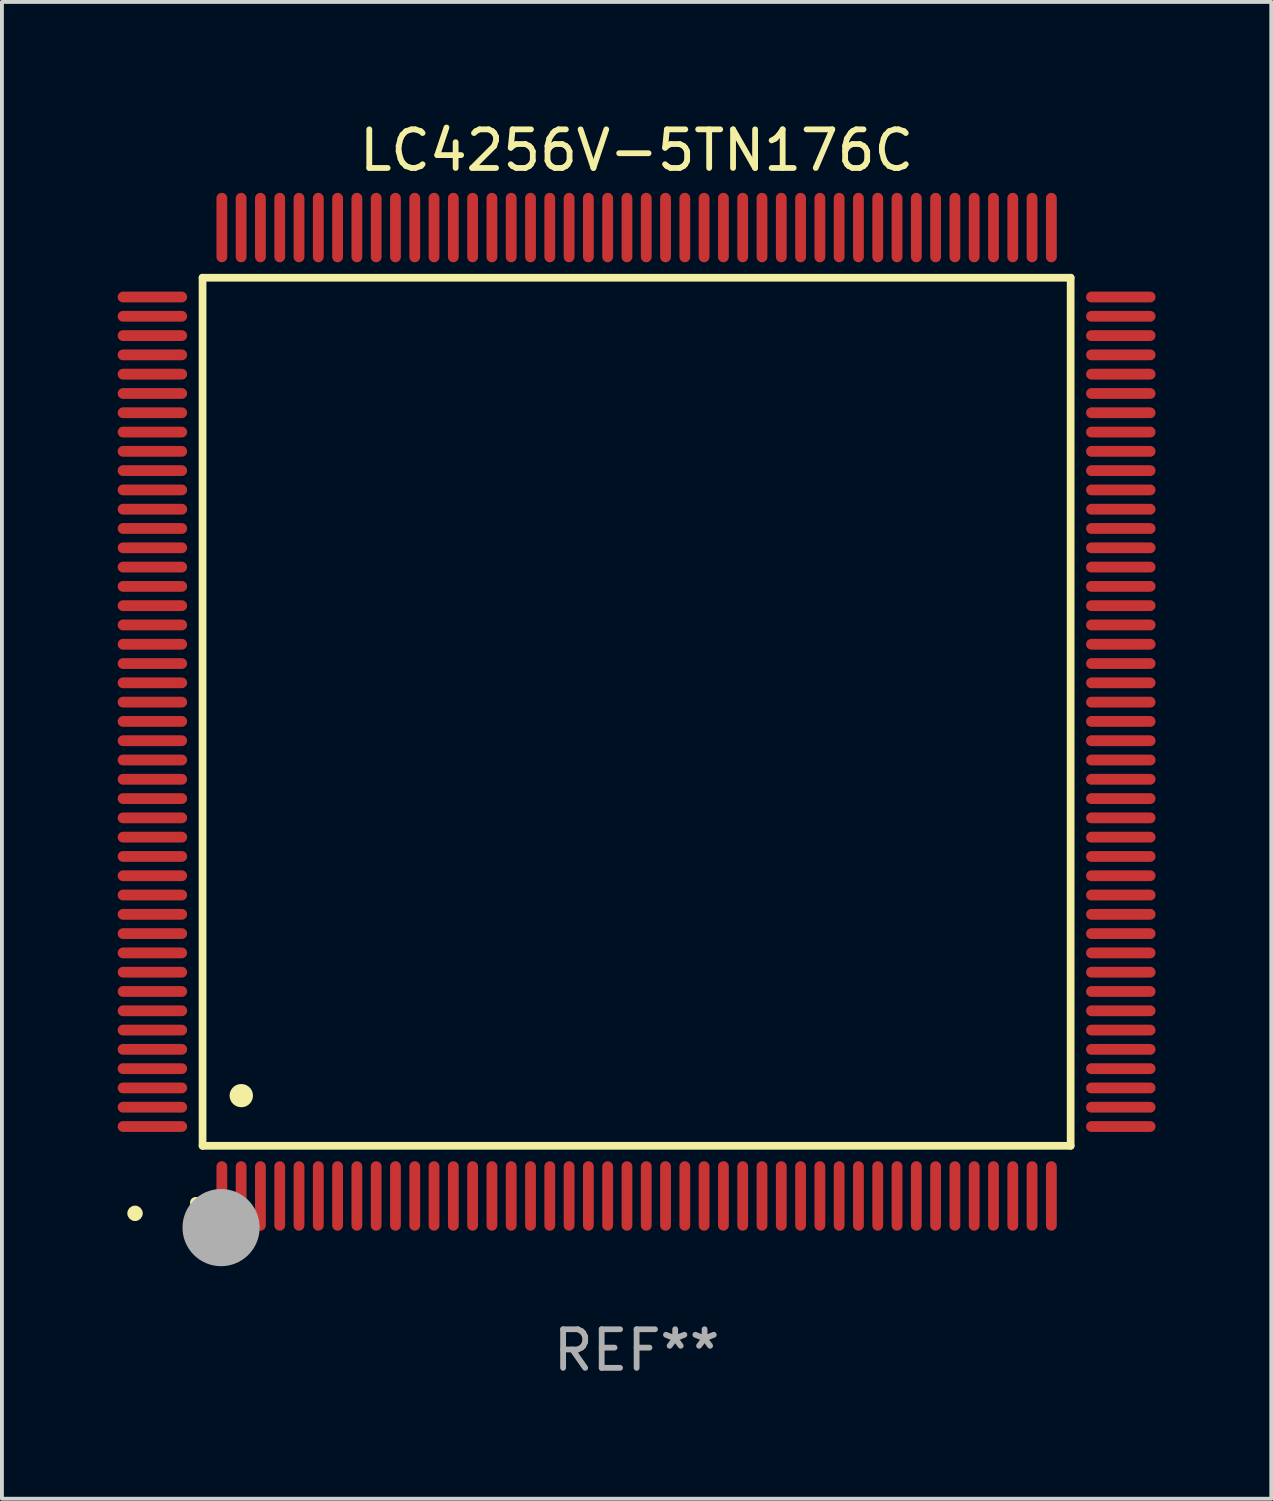
<source format=kicad_pcb>
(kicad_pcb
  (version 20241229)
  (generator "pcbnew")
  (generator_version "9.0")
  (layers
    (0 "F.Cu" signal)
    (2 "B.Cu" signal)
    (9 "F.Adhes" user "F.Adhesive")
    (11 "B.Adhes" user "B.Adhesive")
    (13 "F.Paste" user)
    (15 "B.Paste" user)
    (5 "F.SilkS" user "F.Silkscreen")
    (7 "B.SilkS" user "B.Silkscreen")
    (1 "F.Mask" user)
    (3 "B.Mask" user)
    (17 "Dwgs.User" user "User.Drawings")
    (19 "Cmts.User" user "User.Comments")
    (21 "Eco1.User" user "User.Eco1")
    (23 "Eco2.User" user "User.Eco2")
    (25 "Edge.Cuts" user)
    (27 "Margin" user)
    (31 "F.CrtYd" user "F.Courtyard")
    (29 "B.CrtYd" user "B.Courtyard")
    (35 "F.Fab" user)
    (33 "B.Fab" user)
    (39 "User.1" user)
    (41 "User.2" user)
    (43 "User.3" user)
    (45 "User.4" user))
  (footprint "LC4256V-5TN176C"
    (layer "F.Cu")
    (at 13.45 15.398)
    (property "Reference" "LC4256V-5TN176C" (at 0 -14.55 0) (layer "F.SilkS") (effects (font (size 1 1) (thickness 0.15))))
    (attr through_hole)
    (fp_line (start -11.25 -11.25) (end 11.25 -11.25) (stroke (width 0.2) (type solid)) (layer "F.SilkS"))
    (fp_line (start -11.25 11.25) (end -11.25 -11.25) (stroke (width 0.2) (type solid)) (layer "F.SilkS"))
    (fp_line (start 11.25 -11.25) (end 11.25 11.25) (stroke (width 0.2) (type solid)) (layer "F.SilkS"))
    (fp_line (start 11.25 11.25) (end -11.25 11.25) (stroke (width 0.2) (type solid)) (layer "F.SilkS"))
    (fp_arc (start -11.424943 12.725425) (mid -11.423673 12.72542) (end -11.422403 12.725425) (stroke (width 0.3) (type solid)) (layer "F.SilkS"))
    (fp_arc (start -10.24892 9.9492) (mid -10.24638 9.949189) (end -10.24384 9.9492) (stroke (width 0.6) (type solid)) (layer "F.SilkS"))
    (fp_circle (center -13 13) (end -12.9 13) (stroke (width 0.2) (type solid)) (fill no) (layer "F.SilkS"))
    (fp_circle (center -10.77 13.37) (end -10.27 13.37) (stroke (width 1) (type solid)) (fill no) (layer "F.Fab"))
    (fp_text user "REF**" (at 0 16.55 0) (layer "F.Fab") (effects (font (size 1 1) (thickness 0.15))))
    (pad "1" smd oval (at -10.75 12.55) (size 0.28 1.8) (layers "F.Cu" "F.Mask" "F.Paste"))
    (pad "2" smd oval (at -10.25 12.55) (size 0.28 1.8) (layers "F.Cu" "F.Mask" "F.Paste"))
    (pad "3" smd oval (at -9.75 12.55) (size 0.28 1.8) (layers "F.Cu" "F.Mask" "F.Paste"))
    (pad "4" smd oval (at -9.25 12.55) (size 0.28 1.8) (layers "F.Cu" "F.Mask" "F.Paste"))
    (pad "5" smd oval (at -8.75 12.55) (size 0.28 1.8) (layers "F.Cu" "F.Mask" "F.Paste"))
    (pad "6" smd oval (at -8.25 12.55) (size 0.28 1.8) (layers "F.Cu" "F.Mask" "F.Paste"))
    (pad "7" smd oval (at -7.75 12.55) (size 0.28 1.8) (layers "F.Cu" "F.Mask" "F.Paste"))
    (pad "8" smd oval (at -7.25 12.55) (size 0.28 1.8) (layers "F.Cu" "F.Mask" "F.Paste"))
    (pad "9" smd oval (at -6.75 12.55) (size 0.28 1.8) (layers "F.Cu" "F.Mask" "F.Paste"))
    (pad "10" smd oval (at -6.25 12.55) (size 0.28 1.8) (layers "F.Cu" "F.Mask" "F.Paste"))
    (pad "11" smd oval (at -5.75 12.55) (size 0.28 1.8) (layers "F.Cu" "F.Mask" "F.Paste"))
    (pad "12" smd oval (at -5.25 12.55) (size 0.28 1.8) (layers "F.Cu" "F.Mask" "F.Paste"))
    (pad "13" smd oval (at -4.75 12.55) (size 0.28 1.8) (layers "F.Cu" "F.Mask" "F.Paste"))
    (pad "14" smd oval (at -4.25 12.55) (size 0.28 1.8) (layers "F.Cu" "F.Mask" "F.Paste"))
    (pad "15" smd oval (at -3.75 12.55) (size 0.28 1.8) (layers "F.Cu" "F.Mask" "F.Paste"))
    (pad "16" smd oval (at -3.25 12.55) (size 0.28 1.8) (layers "F.Cu" "F.Mask" "F.Paste"))
    (pad "17" smd oval (at -2.75 12.55) (size 0.28 1.8) (layers "F.Cu" "F.Mask" "F.Paste"))
    (pad "18" smd oval (at -2.25 12.55) (size 0.28 1.8) (layers "F.Cu" "F.Mask" "F.Paste"))
    (pad "19" smd oval (at -1.75 12.55) (size 0.28 1.8) (layers "F.Cu" "F.Mask" "F.Paste"))
    (pad "20" smd oval (at -1.25 12.55) (size 0.28 1.8) (layers "F.Cu" "F.Mask" "F.Paste"))
    (pad "21" smd oval (at -0.75 12.55) (size 0.28 1.8) (layers "F.Cu" "F.Mask" "F.Paste"))
    (pad "22" smd oval (at -0.25 12.55) (size 0.28 1.8) (layers "F.Cu" "F.Mask" "F.Paste"))
    (pad "23" smd oval (at 0.25 12.55) (size 0.28 1.8) (layers "F.Cu" "F.Mask" "F.Paste"))
    (pad "24" smd oval (at 0.75 12.55) (size 0.28 1.8) (layers "F.Cu" "F.Mask" "F.Paste"))
    (pad "25" smd oval (at 1.25 12.55) (size 0.28 1.8) (layers "F.Cu" "F.Mask" "F.Paste"))
    (pad "26" smd oval (at 1.75 12.55) (size 0.28 1.8) (layers "F.Cu" "F.Mask" "F.Paste"))
    (pad "27" smd oval (at 2.25 12.55) (size 0.28 1.8) (layers "F.Cu" "F.Mask" "F.Paste"))
    (pad "28" smd oval (at 2.75 12.55) (size 0.28 1.8) (layers "F.Cu" "F.Mask" "F.Paste"))
    (pad "29" smd oval (at 3.25 12.55) (size 0.28 1.8) (layers "F.Cu" "F.Mask" "F.Paste"))
    (pad "30" smd oval (at 3.75 12.55) (size 0.28 1.8) (layers "F.Cu" "F.Mask" "F.Paste"))
    (pad "31" smd oval (at 4.25 12.55) (size 0.28 1.8) (layers "F.Cu" "F.Mask" "F.Paste"))
    (pad "32" smd oval (at 4.75 12.55) (size 0.28 1.8) (layers "F.Cu" "F.Mask" "F.Paste"))
    (pad "33" smd oval (at 5.25 12.55) (size 0.28 1.8) (layers "F.Cu" "F.Mask" "F.Paste"))
    (pad "34" smd oval (at 5.75 12.55) (size 0.28 1.8) (layers "F.Cu" "F.Mask" "F.Paste"))
    (pad "35" smd oval (at 6.25 12.55) (size 0.28 1.8) (layers "F.Cu" "F.Mask" "F.Paste"))
    (pad "36" smd oval (at 6.75 12.55) (size 0.28 1.8) (layers "F.Cu" "F.Mask" "F.Paste"))
    (pad "37" smd oval (at 7.25 12.55) (size 0.28 1.8) (layers "F.Cu" "F.Mask" "F.Paste"))
    (pad "38" smd oval (at 7.75 12.55) (size 0.28 1.8) (layers "F.Cu" "F.Mask" "F.Paste"))
    (pad "39" smd oval (at 8.25 12.55) (size 0.28 1.8) (layers "F.Cu" "F.Mask" "F.Paste"))
    (pad "40" smd oval (at 8.75 12.55) (size 0.28 1.8) (layers "F.Cu" "F.Mask" "F.Paste"))
    (pad "41" smd oval (at 9.25 12.55) (size 0.28 1.8) (layers "F.Cu" "F.Mask" "F.Paste"))
    (pad "42" smd oval (at 9.75 12.55) (size 0.28 1.8) (layers "F.Cu" "F.Mask" "F.Paste"))
    (pad "43" smd oval (at 10.25 12.55) (size 0.28 1.8) (layers "F.Cu" "F.Mask" "F.Paste"))
    (pad "44" smd oval (at 10.75 12.55) (size 0.28 1.8) (layers "F.Cu" "F.Mask" "F.Paste"))
    (pad "45" smd oval (at 12.55 10.75) (size 1.8 0.28) (layers "F.Cu" "F.Mask" "F.Paste"))
    (pad "46" smd oval (at 12.55 10.25) (size 1.8 0.28) (layers "F.Cu" "F.Mask" "F.Paste"))
    (pad "47" smd oval (at 12.55 9.75) (size 1.8 0.28) (layers "F.Cu" "F.Mask" "F.Paste"))
    (pad "48" smd oval (at 12.55 9.25) (size 1.8 0.28) (layers "F.Cu" "F.Mask" "F.Paste"))
    (pad "49" smd oval (at 12.55 8.75) (size 1.8 0.28) (layers "F.Cu" "F.Mask" "F.Paste"))
    (pad "50" smd oval (at 12.55 8.25) (size 1.8 0.28) (layers "F.Cu" "F.Mask" "F.Paste"))
    (pad "51" smd oval (at 12.55 7.75) (size 1.8 0.28) (layers "F.Cu" "F.Mask" "F.Paste"))
    (pad "52" smd oval (at 12.55 7.25) (size 1.8 0.28) (layers "F.Cu" "F.Mask" "F.Paste"))
    (pad "53" smd oval (at 12.55 6.75) (size 1.8 0.28) (layers "F.Cu" "F.Mask" "F.Paste"))
    (pad "54" smd oval (at 12.55 6.25) (size 1.8 0.28) (layers "F.Cu" "F.Mask" "F.Paste"))
    (pad "55" smd oval (at 12.55 5.75) (size 1.8 0.28) (layers "F.Cu" "F.Mask" "F.Paste"))
    (pad "56" smd oval (at 12.55 5.25) (size 1.8 0.28) (layers "F.Cu" "F.Mask" "F.Paste"))
    (pad "57" smd oval (at 12.55 4.75) (size 1.8 0.28) (layers "F.Cu" "F.Mask" "F.Paste"))
    (pad "58" smd oval (at 12.55 4.25) (size 1.8 0.28) (layers "F.Cu" "F.Mask" "F.Paste"))
    (pad "59" smd oval (at 12.55 3.75) (size 1.8 0.28) (layers "F.Cu" "F.Mask" "F.Paste"))
    (pad "60" smd oval (at 12.55 3.25) (size 1.8 0.28) (layers "F.Cu" "F.Mask" "F.Paste"))
    (pad "61" smd oval (at 12.55 2.75) (size 1.8 0.28) (layers "F.Cu" "F.Mask" "F.Paste"))
    (pad "62" smd oval (at 12.55 2.25) (size 1.8 0.28) (layers "F.Cu" "F.Mask" "F.Paste"))
    (pad "63" smd oval (at 12.55 1.75) (size 1.8 0.28) (layers "F.Cu" "F.Mask" "F.Paste"))
    (pad "64" smd oval (at 12.55 1.25) (size 1.8 0.28) (layers "F.Cu" "F.Mask" "F.Paste"))
    (pad "65" smd oval (at 12.55 0.75) (size 1.8 0.28) (layers "F.Cu" "F.Mask" "F.Paste"))
    (pad "66" smd oval (at 12.55 0.25) (size 1.8 0.28) (layers "F.Cu" "F.Mask" "F.Paste"))
    (pad "67" smd oval (at 12.55 -0.25) (size 1.8 0.28) (layers "F.Cu" "F.Mask" "F.Paste"))
    (pad "68" smd oval (at 12.55 -0.75) (size 1.8 0.28) (layers "F.Cu" "F.Mask" "F.Paste"))
    (pad "69" smd oval (at 12.55 -1.25) (size 1.8 0.28) (layers "F.Cu" "F.Mask" "F.Paste"))
    (pad "70" smd oval (at 12.55 -1.75) (size 1.8 0.28) (layers "F.Cu" "F.Mask" "F.Paste"))
    (pad "71" smd oval (at 12.55 -2.25) (size 1.8 0.28) (layers "F.Cu" "F.Mask" "F.Paste"))
    (pad "72" smd oval (at 12.55 -2.75) (size 1.8 0.28) (layers "F.Cu" "F.Mask" "F.Paste"))
    (pad "73" smd oval (at 12.55 -3.25) (size 1.8 0.28) (layers "F.Cu" "F.Mask" "F.Paste"))
    (pad "74" smd oval (at 12.55 -3.75) (size 1.8 0.28) (layers "F.Cu" "F.Mask" "F.Paste"))
    (pad "75" smd oval (at 12.55 -4.25) (size 1.8 0.28) (layers "F.Cu" "F.Mask" "F.Paste"))
    (pad "76" smd oval (at 12.55 -4.75) (size 1.8 0.28) (layers "F.Cu" "F.Mask" "F.Paste"))
    (pad "77" smd oval (at 12.55 -5.25) (size 1.8 0.28) (layers "F.Cu" "F.Mask" "F.Paste"))
    (pad "78" smd oval (at 12.55 -5.75) (size 1.8 0.28) (layers "F.Cu" "F.Mask" "F.Paste"))
    (pad "79" smd oval (at 12.55 -6.25) (size 1.8 0.28) (layers "F.Cu" "F.Mask" "F.Paste"))
    (pad "80" smd oval (at 12.55 -6.75) (size 1.8 0.28) (layers "F.Cu" "F.Mask" "F.Paste"))
    (pad "81" smd oval (at 12.55 -7.25) (size 1.8 0.28) (layers "F.Cu" "F.Mask" "F.Paste"))
    (pad "82" smd oval (at 12.55 -7.75) (size 1.8 0.28) (layers "F.Cu" "F.Mask" "F.Paste"))
    (pad "83" smd oval (at 12.55 -8.25) (size 1.8 0.28) (layers "F.Cu" "F.Mask" "F.Paste"))
    (pad "84" smd oval (at 12.55 -8.75) (size 1.8 0.28) (layers "F.Cu" "F.Mask" "F.Paste"))
    (pad "85" smd oval (at 12.55 -9.25) (size 1.8 0.28) (layers "F.Cu" "F.Mask" "F.Paste"))
    (pad "86" smd oval (at 12.55 -9.75) (size 1.8 0.28) (layers "F.Cu" "F.Mask" "F.Paste"))
    (pad "87" smd oval (at 12.55 -10.25) (size 1.8 0.28) (layers "F.Cu" "F.Mask" "F.Paste"))
    (pad "88" smd oval (at 12.55 -10.75) (size 1.8 0.28) (layers "F.Cu" "F.Mask" "F.Paste"))
    (pad "89" smd oval (at 10.75 -12.55) (size 0.28 1.8) (layers "F.Cu" "F.Mask" "F.Paste"))
    (pad "90" smd oval (at 10.25 -12.55) (size 0.28 1.8) (layers "F.Cu" "F.Mask" "F.Paste"))
    (pad "91" smd oval (at 9.75 -12.55) (size 0.28 1.8) (layers "F.Cu" "F.Mask" "F.Paste"))
    (pad "92" smd oval (at 9.25 -12.55) (size 0.28 1.8) (layers "F.Cu" "F.Mask" "F.Paste"))
    (pad "93" smd oval (at 8.75 -12.55) (size 0.28 1.8) (layers "F.Cu" "F.Mask" "F.Paste"))
    (pad "94" smd oval (at 8.25 -12.55) (size 0.28 1.8) (layers "F.Cu" "F.Mask" "F.Paste"))
    (pad "95" smd oval (at 7.75 -12.55) (size 0.28 1.8) (layers "F.Cu" "F.Mask" "F.Paste"))
    (pad "96" smd oval (at 7.25 -12.55) (size 0.28 1.8) (layers "F.Cu" "F.Mask" "F.Paste"))
    (pad "97" smd oval (at 6.75 -12.55) (size 0.28 1.8) (layers "F.Cu" "F.Mask" "F.Paste"))
    (pad "98" smd oval (at 6.25 -12.55) (size 0.28 1.8) (layers "F.Cu" "F.Mask" "F.Paste"))
    (pad "99" smd oval (at 5.75 -12.55) (size 0.28 1.8) (layers "F.Cu" "F.Mask" "F.Paste"))
    (pad "100" smd oval (at 5.25 -12.55) (size 0.28 1.8) (layers "F.Cu" "F.Mask" "F.Paste"))
    (pad "101" smd oval (at 4.75 -12.55) (size 0.28 1.8) (layers "F.Cu" "F.Mask" "F.Paste"))
    (pad "102" smd oval (at 4.25 -12.55) (size 0.28 1.8) (layers "F.Cu" "F.Mask" "F.Paste"))
    (pad "103" smd oval (at 3.75 -12.55) (size 0.28 1.8) (layers "F.Cu" "F.Mask" "F.Paste"))
    (pad "104" smd oval (at 3.25 -12.55) (size 0.28 1.8) (layers "F.Cu" "F.Mask" "F.Paste"))
    (pad "105" smd oval (at 2.75 -12.55) (size 0.28 1.8) (layers "F.Cu" "F.Mask" "F.Paste"))
    (pad "106" smd oval (at 2.25 -12.55) (size 0.28 1.8) (layers "F.Cu" "F.Mask" "F.Paste"))
    (pad "107" smd oval (at 1.75 -12.55) (size 0.28 1.8) (layers "F.Cu" "F.Mask" "F.Paste"))
    (pad "108" smd oval (at 1.25 -12.55) (size 0.28 1.8) (layers "F.Cu" "F.Mask" "F.Paste"))
    (pad "109" smd oval (at 0.75 -12.55) (size 0.28 1.8) (layers "F.Cu" "F.Mask" "F.Paste"))
    (pad "110" smd oval (at 0.25 -12.55) (size 0.28 1.8) (layers "F.Cu" "F.Mask" "F.Paste"))
    (pad "111" smd oval (at -0.25 -12.55) (size 0.28 1.8) (layers "F.Cu" "F.Mask" "F.Paste"))
    (pad "112" smd oval (at -0.75 -12.55) (size 0.28 1.8) (layers "F.Cu" "F.Mask" "F.Paste"))
    (pad "113" smd oval (at -1.25 -12.55) (size 0.28 1.8) (layers "F.Cu" "F.Mask" "F.Paste"))
    (pad "114" smd oval (at -1.75 -12.55) (size 0.28 1.8) (layers "F.Cu" "F.Mask" "F.Paste"))
    (pad "115" smd oval (at -2.25 -12.55) (size 0.28 1.8) (layers "F.Cu" "F.Mask" "F.Paste"))
    (pad "116" smd oval (at -2.75 -12.55) (size 0.28 1.8) (layers "F.Cu" "F.Mask" "F.Paste"))
    (pad "117" smd oval (at -3.25 -12.55) (size 0.28 1.8) (layers "F.Cu" "F.Mask" "F.Paste"))
    (pad "118" smd oval (at -3.75 -12.55) (size 0.28 1.8) (layers "F.Cu" "F.Mask" "F.Paste"))
    (pad "119" smd oval (at -4.25 -12.55) (size 0.28 1.8) (layers "F.Cu" "F.Mask" "F.Paste"))
    (pad "120" smd oval (at -4.75 -12.55) (size 0.28 1.8) (layers "F.Cu" "F.Mask" "F.Paste"))
    (pad "121" smd oval (at -5.25 -12.55) (size 0.28 1.8) (layers "F.Cu" "F.Mask" "F.Paste"))
    (pad "122" smd oval (at -5.75 -12.55) (size 0.28 1.8) (layers "F.Cu" "F.Mask" "F.Paste"))
    (pad "123" smd oval (at -6.25 -12.55) (size 0.28 1.8) (layers "F.Cu" "F.Mask" "F.Paste"))
    (pad "124" smd oval (at -6.75 -12.55) (size 0.28 1.8) (layers "F.Cu" "F.Mask" "F.Paste"))
    (pad "125" smd oval (at -7.25 -12.55) (size 0.28 1.8) (layers "F.Cu" "F.Mask" "F.Paste"))
    (pad "126" smd oval (at -7.75 -12.55) (size 0.28 1.8) (layers "F.Cu" "F.Mask" "F.Paste"))
    (pad "127" smd oval (at -8.25 -12.55) (size 0.28 1.8) (layers "F.Cu" "F.Mask" "F.Paste"))
    (pad "128" smd oval (at -8.75 -12.55) (size 0.28 1.8) (layers "F.Cu" "F.Mask" "F.Paste"))
    (pad "129" smd oval (at -9.25 -12.55) (size 0.28 1.8) (layers "F.Cu" "F.Mask" "F.Paste"))
    (pad "130" smd oval (at -9.75 -12.55) (size 0.28 1.8) (layers "F.Cu" "F.Mask" "F.Paste"))
    (pad "131" smd oval (at -10.25 -12.55) (size 0.28 1.8) (layers "F.Cu" "F.Mask" "F.Paste"))
    (pad "132" smd oval (at -10.75 -12.55) (size 0.28 1.8) (layers "F.Cu" "F.Mask" "F.Paste"))
    (pad "133" smd oval (at -12.55 -10.75) (size 1.8 0.28) (layers "F.Cu" "F.Mask" "F.Paste"))
    (pad "134" smd oval (at -12.55 -10.25) (size 1.8 0.28) (layers "F.Cu" "F.Mask" "F.Paste"))
    (pad "135" smd oval (at -12.55 -9.75) (size 1.8 0.28) (layers "F.Cu" "F.Mask" "F.Paste"))
    (pad "136" smd oval (at -12.55 -9.25) (size 1.8 0.28) (layers "F.Cu" "F.Mask" "F.Paste"))
    (pad "137" smd oval (at -12.55 -8.75) (size 1.8 0.28) (layers "F.Cu" "F.Mask" "F.Paste"))
    (pad "138" smd oval (at -12.55 -8.25) (size 1.8 0.28) (layers "F.Cu" "F.Mask" "F.Paste"))
    (pad "139" smd oval (at -12.55 -7.75) (size 1.8 0.28) (layers "F.Cu" "F.Mask" "F.Paste"))
    (pad "140" smd oval (at -12.55 -7.25) (size 1.8 0.28) (layers "F.Cu" "F.Mask" "F.Paste"))
    (pad "141" smd oval (at -12.55 -6.75) (size 1.8 0.28) (layers "F.Cu" "F.Mask" "F.Paste"))
    (pad "142" smd oval (at -12.55 -6.25) (size 1.8 0.28) (layers "F.Cu" "F.Mask" "F.Paste"))
    (pad "143" smd oval (at -12.55 -5.75) (size 1.8 0.28) (layers "F.Cu" "F.Mask" "F.Paste"))
    (pad "144" smd oval (at -12.55 -5.25) (size 1.8 0.28) (layers "F.Cu" "F.Mask" "F.Paste"))
    (pad "145" smd oval (at -12.55 -4.75) (size 1.8 0.28) (layers "F.Cu" "F.Mask" "F.Paste"))
    (pad "146" smd oval (at -12.55 -4.25) (size 1.8 0.28) (layers "F.Cu" "F.Mask" "F.Paste"))
    (pad "147" smd oval (at -12.55 -3.75) (size 1.8 0.28) (layers "F.Cu" "F.Mask" "F.Paste"))
    (pad "148" smd oval (at -12.55 -3.25) (size 1.8 0.28) (layers "F.Cu" "F.Mask" "F.Paste"))
    (pad "149" smd oval (at -12.55 -2.75) (size 1.8 0.28) (layers "F.Cu" "F.Mask" "F.Paste"))
    (pad "150" smd oval (at -12.55 -2.25) (size 1.8 0.28) (layers "F.Cu" "F.Mask" "F.Paste"))
    (pad "151" smd oval (at -12.55 -1.75) (size 1.8 0.28) (layers "F.Cu" "F.Mask" "F.Paste"))
    (pad "152" smd oval (at -12.55 -1.25) (size 1.8 0.28) (layers "F.Cu" "F.Mask" "F.Paste"))
    (pad "153" smd oval (at -12.55 -0.75) (size 1.8 0.28) (layers "F.Cu" "F.Mask" "F.Paste"))
    (pad "154" smd oval (at -12.55 -0.25) (size 1.8 0.28) (layers "F.Cu" "F.Mask" "F.Paste"))
    (pad "155" smd oval (at -12.55 0.25) (size 1.8 0.28) (layers "F.Cu" "F.Mask" "F.Paste"))
    (pad "156" smd oval (at -12.55 0.75) (size 1.8 0.28) (layers "F.Cu" "F.Mask" "F.Paste"))
    (pad "157" smd oval (at -12.55 1.25) (size 1.8 0.28) (layers "F.Cu" "F.Mask" "F.Paste"))
    (pad "158" smd oval (at -12.55 1.75) (size 1.8 0.28) (layers "F.Cu" "F.Mask" "F.Paste"))
    (pad "159" smd oval (at -12.55 2.25) (size 1.8 0.28) (layers "F.Cu" "F.Mask" "F.Paste"))
    (pad "160" smd oval (at -12.55 2.75) (size 1.8 0.28) (layers "F.Cu" "F.Mask" "F.Paste"))
    (pad "161" smd oval (at -12.55 3.25) (size 1.8 0.28) (layers "F.Cu" "F.Mask" "F.Paste"))
    (pad "162" smd oval (at -12.55 3.75) (size 1.8 0.28) (layers "F.Cu" "F.Mask" "F.Paste"))
    (pad "163" smd oval (at -12.55 4.25) (size 1.8 0.28) (layers "F.Cu" "F.Mask" "F.Paste"))
    (pad "164" smd oval (at -12.55 4.75) (size 1.8 0.28) (layers "F.Cu" "F.Mask" "F.Paste"))
    (pad "165" smd oval (at -12.55 5.25) (size 1.8 0.28) (layers "F.Cu" "F.Mask" "F.Paste"))
    (pad "166" smd oval (at -12.55 5.75) (size 1.8 0.28) (layers "F.Cu" "F.Mask" "F.Paste"))
    (pad "167" smd oval (at -12.55 6.25) (size 1.8 0.28) (layers "F.Cu" "F.Mask" "F.Paste"))
    (pad "168" smd oval (at -12.55 6.75) (size 1.8 0.28) (layers "F.Cu" "F.Mask" "F.Paste"))
    (pad "169" smd oval (at -12.55 7.25) (size 1.8 0.28) (layers "F.Cu" "F.Mask" "F.Paste"))
    (pad "170" smd oval (at -12.55 7.75) (size 1.8 0.28) (layers "F.Cu" "F.Mask" "F.Paste"))
    (pad "171" smd oval (at -12.55 8.25) (size 1.8 0.28) (layers "F.Cu" "F.Mask" "F.Paste"))
    (pad "172" smd oval (at -12.55 8.75) (size 1.8 0.28) (layers "F.Cu" "F.Mask" "F.Paste"))
    (pad "173" smd oval (at -12.55 9.25) (size 1.8 0.28) (layers "F.Cu" "F.Mask" "F.Paste"))
    (pad "174" smd oval (at -12.55 9.75) (size 1.8 0.28) (layers "F.Cu" "F.Mask" "F.Paste"))
    (pad "175" smd oval (at -12.55 10.25) (size 1.8 0.28) (layers "F.Cu" "F.Mask" "F.Paste"))
    (pad "176" smd oval (at -12.55 10.75) (size 1.8 0.28) (layers "F.Cu" "F.Mask" "F.Paste")))
  (gr_rect
    (start -3 -3)
    (end 29.9 35.796)
    (stroke (width 0.1) (type default))
    (fill no)
    (layer "Edge.Cuts")))
</source>
